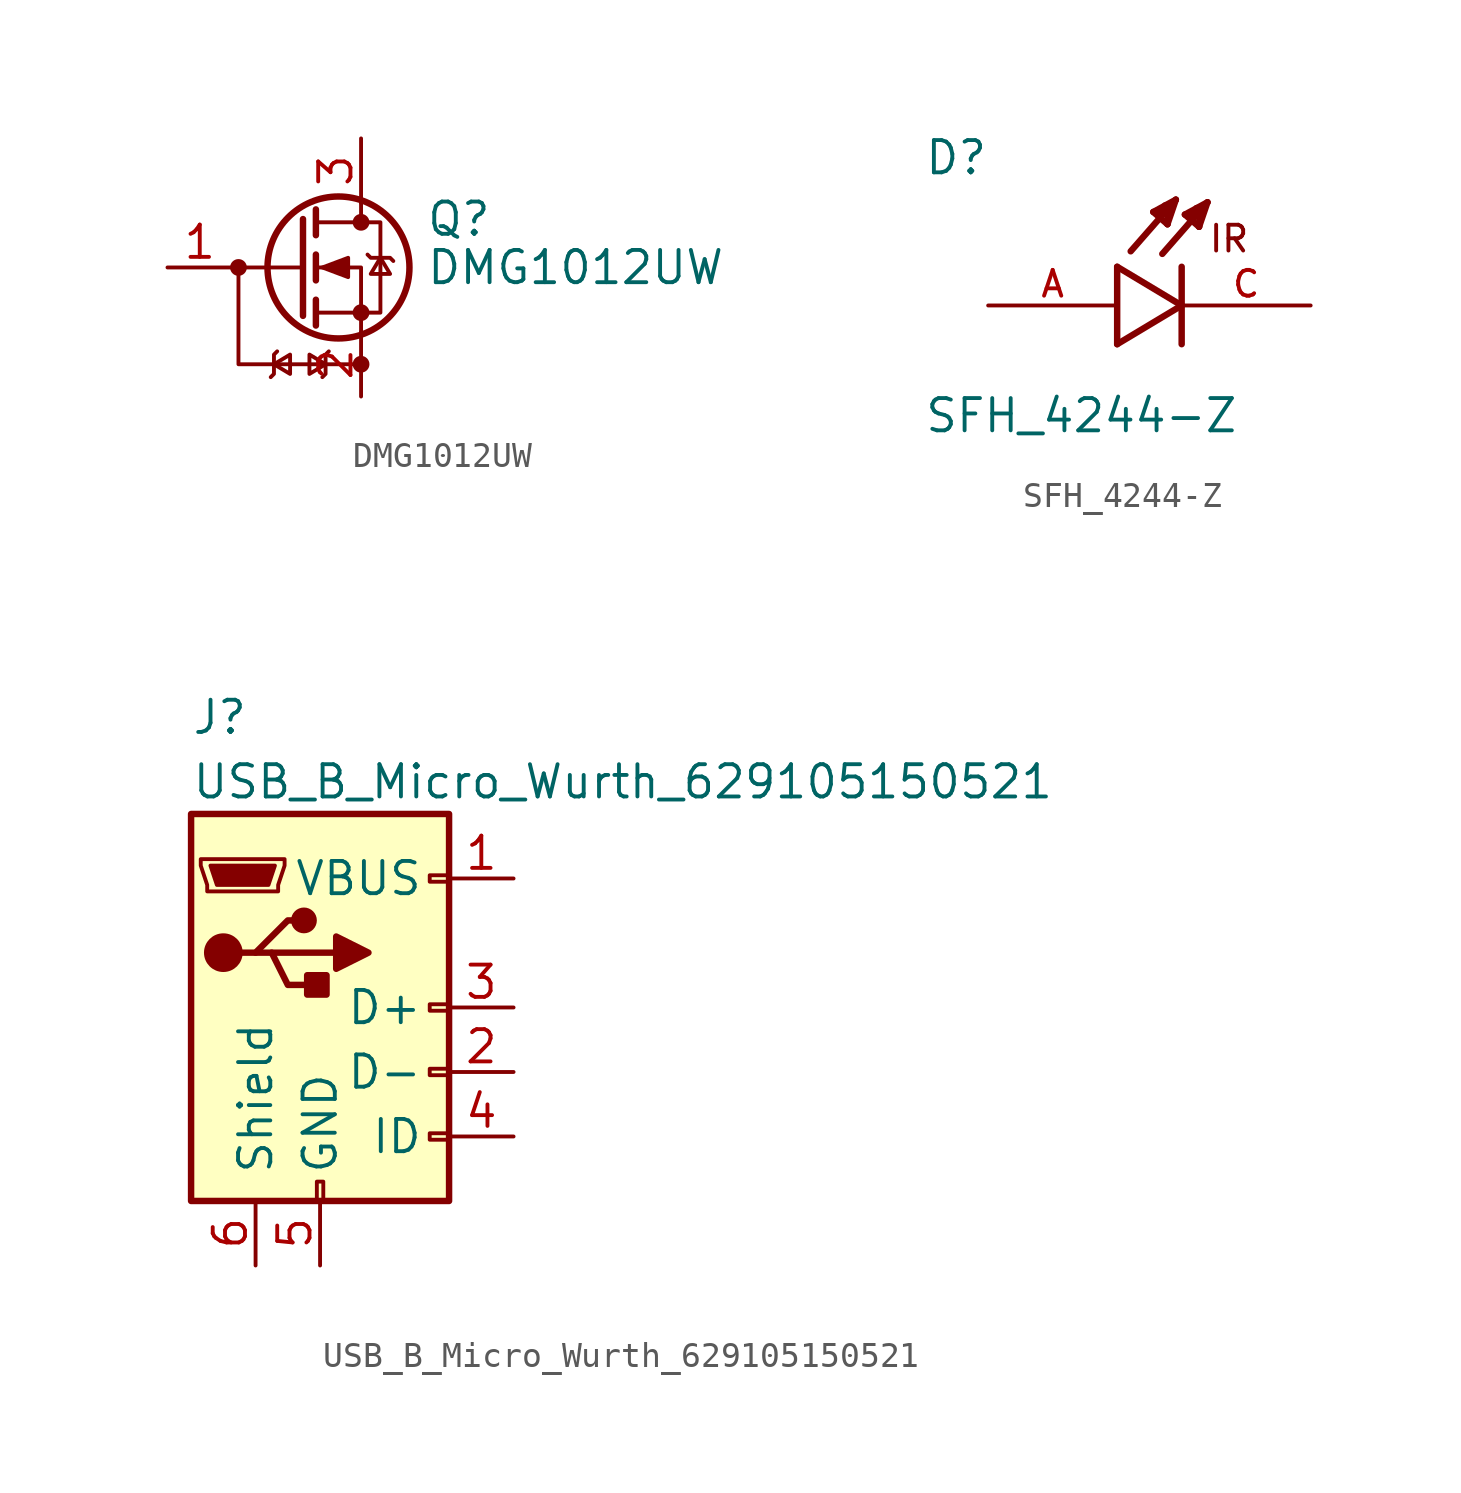
<source format=kicad_sym>
(kicad_symbol_lib
  (version 20211014)
  (generator kicad_symbol_editor)
  (symbol "DMG1012UW"
    (pin_names
      (offset 0) hide)
    (property "Reference" "Q"
      (at 5.08 1.905 0)
      (effects (font (size 1.27 1.27)) (justify left)))
    (property "Value" "DMG1012UW"
      (at 5.08 0 0)
      (effects (font (size 1.27 1.27)) (justify left)))
    (symbol "DMG1012UW_0_1"
      (polyline (pts (xy 2.54 -3.81) (xy -2.286 -3.81) (xy -2.286 0)) (stroke (width 0) (type default) (color 0 0 0 0)) (fill (type none))))
    (symbol "DMG1012UW_1_1"
      (circle (center -2.286 0) (radius 0.254) (stroke (width 0) (type default) (color 0 0 0 0)) (fill (type outline)))
      (polyline (pts (xy 0.254 0) (xy -2.54 0)) (stroke (width 0) (type default) (color 0 0 0 0)) (fill (type none)))
      (polyline (pts (xy 0.254 1.905) (xy 0.254 -1.905)) (stroke (width 0.254) (type default) (color 0 0 0 0)) (fill (type none)))
      (polyline (pts (xy 0.762 -1.27) (xy 0.762 -2.286)) (stroke (width 0.254) (type default) (color 0 0 0 0)) (fill (type none)))
      (polyline (pts (xy 0.762 0.508) (xy 0.762 -0.508)) (stroke (width 0.254) (type default) (color 0 0 0 0)) (fill (type none)))
      (polyline (pts (xy 0.762 2.286) (xy 0.762 1.27)) (stroke (width 0.254) (type default) (color 0 0 0 0)) (fill (type none)))
      (polyline (pts (xy 2.54 2.54) (xy 2.54 1.778)) (stroke (width 0) (type default) (color 0 0 0 0)) (fill (type none)))
      (polyline (pts (xy 2.54 -2.54) (xy 2.54 0) (xy 0.762 0)) (stroke (width 0) (type default) (color 0 0 0 0)) (fill (type none)))
      (polyline (pts (xy -1.016 -4.318) (xy -0.889 -4.191) (xy -0.889 -3.429) (xy -0.762 -3.302)) (stroke (width 0) (type default) (color 0 0 0 0)) (fill (type none)))
      (polyline (pts (xy -0.889 -3.81) (xy -0.254 -4.191) (xy -0.254 -3.429) (xy -0.889 -3.81)) (stroke (width 0) (type default) (color 0 0 0 0)) (fill (type none)))
      (polyline (pts (xy 0.762 -1.778) (xy 3.302 -1.778) (xy 3.302 1.778) (xy 0.762 1.778)) (stroke (width 0) (type default) (color 0 0 0 0)) (fill (type none)))
      (polyline (pts (xy 1.016 0) (xy 2.032 0.381) (xy 2.032 -0.381) (xy 1.016 0)) (stroke (width 0) (type default) (color 0 0 0 0)) (fill (type outline)))
      (polyline (pts (xy 1.143 -3.81) (xy 0.508 -3.429) (xy 0.508 -4.191) (xy 1.143 -3.81)) (stroke (width 0) (type default) (color 0 0 0 0)) (fill (type none)))
      (polyline (pts (xy 1.27 -3.302) (xy 1.143 -3.429) (xy 1.143 -4.191) (xy 1.016 -4.318)) (stroke (width 0) (type default) (color 0 0 0 0)) (fill (type none)))
      (polyline (pts (xy 2.794 0.508) (xy 2.921 0.381) (xy 3.683 0.381) (xy 3.81 0.254)) (stroke (width 0) (type default) (color 0 0 0 0)) (fill (type none)))
      (polyline (pts (xy 3.302 0.381) (xy 2.921 -0.254) (xy 3.683 -0.254) (xy 3.302 0.381)) (stroke (width 0) (type default) (color 0 0 0 0)) (fill (type none)))
      (circle (center 1.651 0) (radius 2.794) (stroke (width 0.254) (type default) (color 0 0 0 0)) (fill (type none)))
      (circle (center 2.54 -3.81) (radius 0.254) (stroke (width 0) (type default) (color 0 0 0 0)) (fill (type outline)))
      (circle (center 2.54 -1.778) (radius 0.254) (stroke (width 0) (type default) (color 0 0 0 0)) (fill (type outline)))
      (circle (center 2.54 1.778) (radius 0.254) (stroke (width 0) (type default) (color 0 0 0 0)) (fill (type outline)))
      (pin input line (at -5.08 0 0) (length 2.54) (name "G" (effects (font (size 1.27 1.27)))) (number "1" (effects (font (size 1.27 1.27)))))
      (pin passive line (at 2.54 -5.08 90) (length 2.54) (name "S" (effects (font (size 1.27 1.27)))) (number "2" (effects (font (size 1.27 1.27)))))
      (pin passive line (at 2.54 5.08 270) (length 2.54) (name "D" (effects (font (size 1.27 1.27)))) (number "3" (effects (font (size 1.27 1.27)))))))
  (symbol "SFH_4244-Z"
    (pin_names
      (offset 1.016))
    (property "Reference" "D"
      (at -10.16 5.08 0)
      (effects (font (size 1.27 1.27)) (justify left bottom)))
    (property "Value" "SFH_4244-Z"
      (at -10.16 -5.08 0)
      (effects (font (size 1.27 1.27)) (justify left bottom)))
    (symbol "SFH_4244-Z_0_0"
      (polyline (pts (xy -2.54 -1.524) (xy 0 0)) (stroke (width 0.254) (type default) (color 0 0 0 0)) (fill (type none)))
      (polyline (pts (xy -2.54 1.524) (xy -2.54 -1.524)) (stroke (width 0.254) (type default) (color 0 0 0 0)) (fill (type none)))
      (polyline (pts (xy -1.118 3.683) (xy -0.229 4.166)) (stroke (width 0.254) (type default) (color 0 0 0 0)) (fill (type none)))
      (polyline (pts (xy -0.94 3.607) (xy -0.711 3.759)) (stroke (width 0.254) (type default) (color 0 0 0 0)) (fill (type none)))
      (polyline (pts (xy -0.559 3.2) (xy -1.118 3.683)) (stroke (width 0.254) (type default) (color 0 0 0 0)) (fill (type none)))
      (polyline (pts (xy -0.559 3.2) (xy -0.533 3.937)) (stroke (width 0.254) (type default) (color 0 0 0 0)) (fill (type none)))
      (polyline (pts (xy -0.533 3.937) (xy -0.66 3.937)) (stroke (width 0.254) (type default) (color 0 0 0 0)) (fill (type none)))
      (polyline (pts (xy -0.229 4.166) (xy -2.007 2.134)) (stroke (width 0.254) (type default) (color 0 0 0 0)) (fill (type none)))
      (polyline (pts (xy -0.229 4.166) (xy -0.559 3.2)) (stroke (width 0.254) (type default) (color 0 0 0 0)) (fill (type none)))
      (polyline (pts (xy 0 0) (xy -2.54 1.524)) (stroke (width 0.254) (type default) (color 0 0 0 0)) (fill (type none)))
      (polyline (pts (xy 0 1.524) (xy 0 -1.524)) (stroke (width 0.254) (type default) (color 0 0 0 0)) (fill (type none)))
      (polyline (pts (xy 0.127 3.581) (xy 1.016 4.064)) (stroke (width 0.254) (type default) (color 0 0 0 0)) (fill (type none)))
      (polyline (pts (xy 0.305 3.505) (xy 0.533 3.658)) (stroke (width 0.254) (type default) (color 0 0 0 0)) (fill (type none)))
      (polyline (pts (xy 0.686 3.099) (xy 0.127 3.581)) (stroke (width 0.254) (type default) (color 0 0 0 0)) (fill (type none)))
      (polyline (pts (xy 0.686 3.099) (xy 0.711 3.835)) (stroke (width 0.254) (type default) (color 0 0 0 0)) (fill (type none)))
      (polyline (pts (xy 0.711 3.835) (xy 0.584 3.835)) (stroke (width 0.254) (type default) (color 0 0 0 0)) (fill (type none)))
      (polyline (pts (xy 1.016 4.064) (xy -0.762 2.032)) (stroke (width 0.254) (type default) (color 0 0 0 0)) (fill (type none)))
      (polyline (pts (xy 1.016 4.064) (xy 0.686 3.099)) (stroke (width 0.254) (type default) (color 0 0 0 0)) (fill (type none)))
      (text "IR" (at 1.016 2.032 0) (effects (font (size 1.016 1.016)) (justify left bottom)))
      (pin passive line (at -7.62 0 0) (length 5.08) (name "~" (effects (font (size 1.016 1.016)))) (number "A" (effects (font (size 1.016 1.016)))))
      (pin passive line (at 5.08 0 180) (length 5.08) (name "~" (effects (font (size 1.016 1.016)))) (number "C" (effects (font (size 1.016 1.016)))))))
  (symbol "USB_B_Micro_Wurth_629105150521"
    (pin_names
      (offset 1.016))
    (property "Reference" "J"
      (at -5.08 11.43 0)
      (effects (font (size 1.27 1.27)) (justify left)))
    (property "Value" "USB_B_Micro_Wurth_629105150521"
      (at -5.08 8.89 0)
      (effects (font (size 1.27 1.27)) (justify left)))
    (symbol "USB_B_Micro_Wurth_629105150521_0_1"
      (rectangle (start -5.08 -7.62) (end 5.08 7.62) (stroke (width 0.254) (type default) (color 0 0 0 0)) (fill (type background)))
      (circle (center -3.81 2.159) (radius 0.635) (stroke (width 0.254) (type default) (color 0 0 0 0)) (fill (type outline)))
      (circle (center -0.635 3.429) (radius 0.381) (stroke (width 0.254) (type default) (color 0 0 0 0)) (fill (type outline)))
      (rectangle (start -0.127 -7.62) (end 0.127 -6.858) (stroke (width 0) (type default) (color 0 0 0 0)) (fill (type none)))
      (polyline (pts (xy -1.905 2.159) (xy 0.635 2.159)) (stroke (width 0.254) (type default) (color 0 0 0 0)) (fill (type none)))
      (polyline (pts (xy -3.175 2.159) (xy -2.54 2.159) (xy -1.27 3.429) (xy -0.635 3.429)) (stroke (width 0.254) (type default) (color 0 0 0 0)) (fill (type none)))
      (polyline (pts (xy -2.54 2.159) (xy -1.905 2.159) (xy -1.27 0.889) (xy 0 0.889)) (stroke (width 0.254) (type default) (color 0 0 0 0)) (fill (type none)))
      (polyline (pts (xy 0.635 2.794) (xy 0.635 1.524) (xy 1.905 2.159) (xy 0.635 2.794)) (stroke (width 0.254) (type default) (color 0 0 0 0)) (fill (type outline)))
      (polyline (pts (xy -4.318 5.588) (xy -1.778 5.588) (xy -2.032 4.826) (xy -4.064 4.826) (xy -4.318 5.588)) (stroke (width 0) (type default) (color 0 0 0 0)) (fill (type outline)))
      (polyline (pts (xy -4.699 5.842) (xy -4.699 5.588) (xy -4.445 4.826) (xy -4.445 4.572) (xy -1.651 4.572) (xy -1.651 4.826) (xy -1.397 5.588) (xy -1.397 5.842) (xy -4.699 5.842)) (stroke (width 0) (type default) (color 0 0 0 0)) (fill (type none)))
      (rectangle (start 0.254 1.27) (end -0.508 0.508) (stroke (width 0.254) (type default) (color 0 0 0 0)) (fill (type outline)))
      (rectangle (start 5.08 -5.207) (end 4.318 -4.953) (stroke (width 0) (type default) (color 0 0 0 0)) (fill (type none)))
      (rectangle (start 5.08 -2.667) (end 4.318 -2.413) (stroke (width 0) (type default) (color 0 0 0 0)) (fill (type none)))
      (rectangle (start 5.08 -0.127) (end 4.318 0.127) (stroke (width 0) (type default) (color 0 0 0 0)) (fill (type none)))
      (rectangle (start 5.08 4.953) (end 4.318 5.207) (stroke (width 0) (type default) (color 0 0 0 0)) (fill (type none))))
    (symbol "USB_B_Micro_Wurth_629105150521_1_1"
      (pin power_out line (at 7.62 5.08 180) (length 2.54) (name "VBUS" (effects (font (size 1.27 1.27)))) (number "1" (effects (font (size 1.27 1.27)))))
      (pin bidirectional line (at 7.62 -2.54 180) (length 2.54) (name "D-" (effects (font (size 1.27 1.27)))) (number "2" (effects (font (size 1.27 1.27)))))
      (pin bidirectional line (at 7.62 0 180) (length 2.54) (name "D+" (effects (font (size 1.27 1.27)))) (number "3" (effects (font (size 1.27 1.27)))))
      (pin passive line (at 7.62 -5.08 180) (length 2.54) (name "ID" (effects (font (size 1.27 1.27)))) (number "4" (effects (font (size 1.27 1.27)))))
      (pin power_out line (at 0 -10.16 90) (length 2.54) (name "GND" (effects (font (size 1.27 1.27)))) (number "5" (effects (font (size 1.27 1.27)))))
      (pin passive line (at -2.54 -10.16 90) (length 2.54) (name "Shield" (effects (font (size 1.27 1.27)))) (number "6" (effects (font (size 1.27 1.27))))))))
</source>
